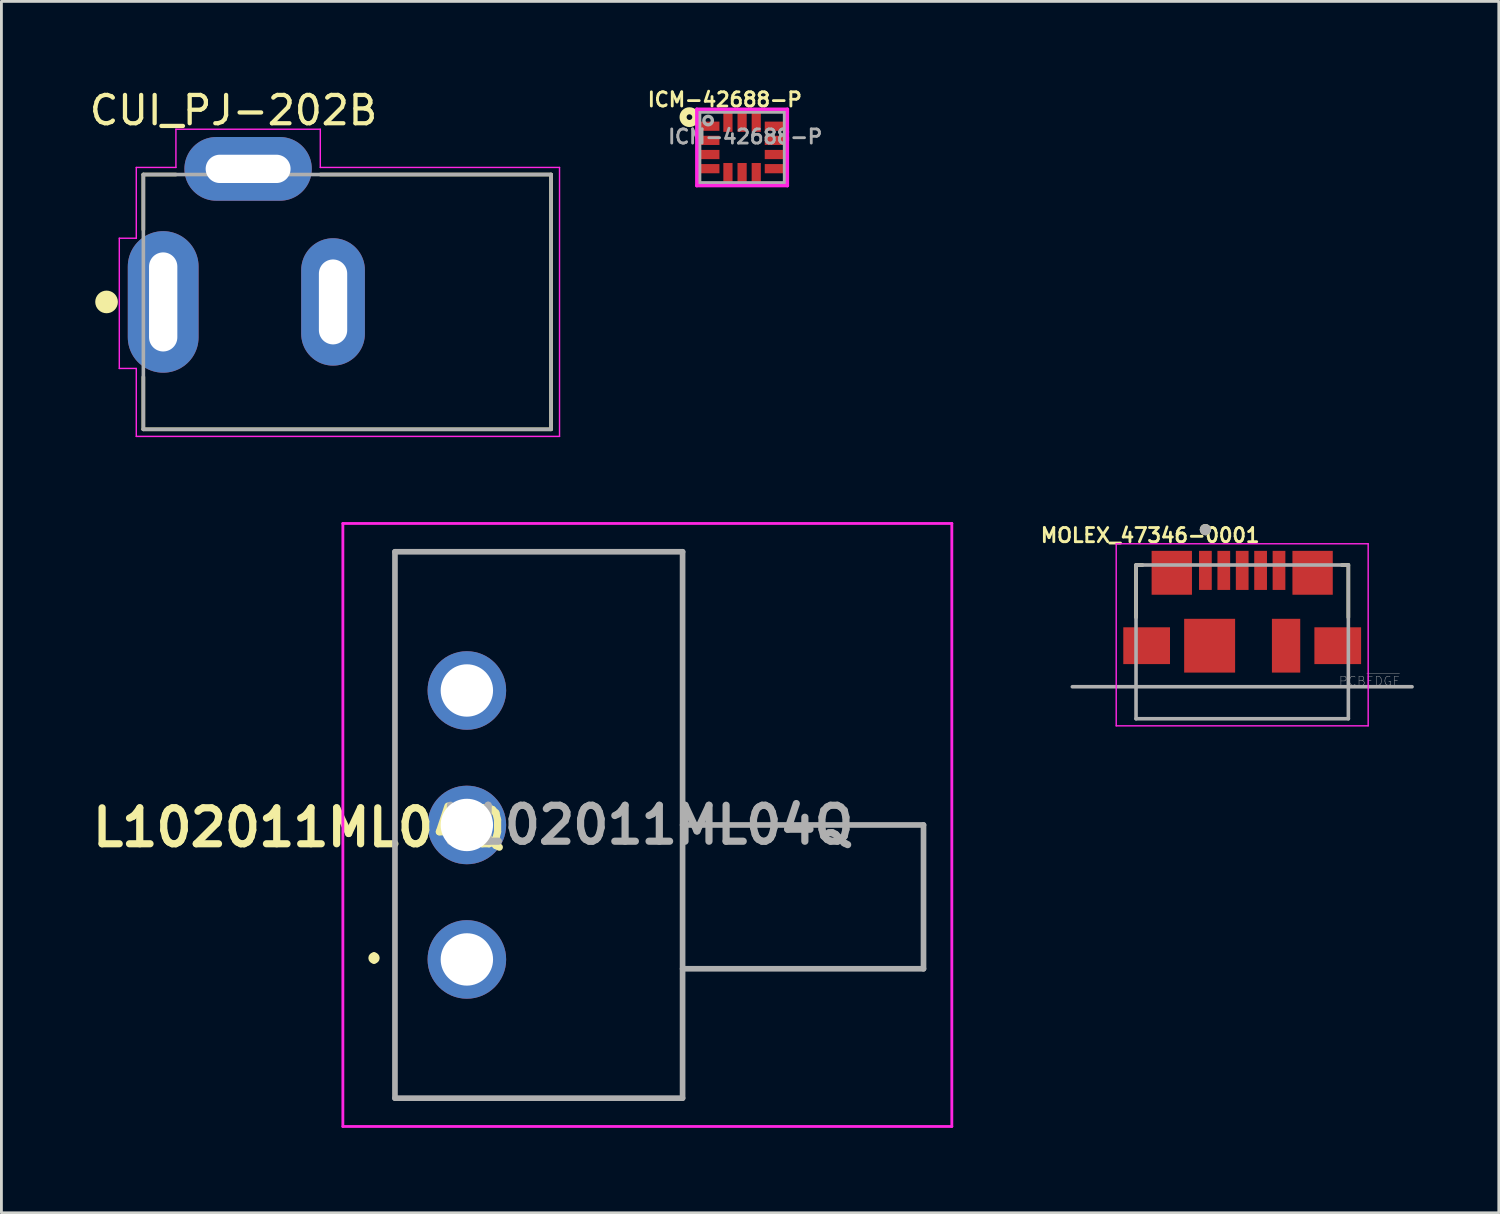
<source format=kicad_pcb>
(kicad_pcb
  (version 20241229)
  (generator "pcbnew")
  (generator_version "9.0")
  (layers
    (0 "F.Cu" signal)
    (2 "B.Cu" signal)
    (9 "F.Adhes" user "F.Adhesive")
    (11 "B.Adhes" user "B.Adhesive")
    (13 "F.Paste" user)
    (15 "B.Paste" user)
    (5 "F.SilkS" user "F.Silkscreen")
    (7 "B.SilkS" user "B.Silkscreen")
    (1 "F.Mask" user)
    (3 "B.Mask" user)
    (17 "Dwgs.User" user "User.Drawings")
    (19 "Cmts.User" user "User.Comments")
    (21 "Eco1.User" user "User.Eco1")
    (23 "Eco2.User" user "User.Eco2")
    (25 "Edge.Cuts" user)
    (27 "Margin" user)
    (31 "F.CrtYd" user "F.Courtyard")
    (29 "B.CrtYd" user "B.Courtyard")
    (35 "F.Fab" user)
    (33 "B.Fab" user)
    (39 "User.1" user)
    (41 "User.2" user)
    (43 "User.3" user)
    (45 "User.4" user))
  (footprint "ICM-42688-P"
    (layer "F.Cu")
    (at 23.163 2.158)
    (property "Reference" "ICM-42688-P" (at -0.61 -1.69 0) (layer "F.SilkS") (effects (font (size 0.5 0.5) (thickness 0.1))))
    (attr smd)
    (fp_circle (center -1.86 -1.07) (end -1.76 -1.07) (stroke (width 0.25) (type solid)) (fill no) (layer "F.SilkS"))
    (fp_line (start -1.6 -1.35) (end 1.6 -1.35) (stroke (width 0.12) (type solid)) (layer "F.CrtYd"))
    (fp_line (start -1.6 1.35) (end -1.6 -1.35) (stroke (width 0.12) (type solid)) (layer "F.CrtYd"))
    (fp_line (start 1.6 -1.35) (end 1.6 1.35) (stroke (width 0.12) (type solid)) (layer "F.CrtYd"))
    (fp_line (start 1.6 1.35) (end -1.6 1.35) (stroke (width 0.12) (type solid)) (layer "F.CrtYd"))
    (fp_line (start -1.5 -1.25) (end 1.5 -1.25) (stroke (width 0.12) (type solid)) (layer "F.Fab"))
    (fp_line (start -1.5 1.25) (end -1.5 -1.25) (stroke (width 0.12) (type solid)) (layer "F.Fab"))
    (fp_line (start 1.5 -1.25) (end 1.5 1.25) (stroke (width 0.12) (type solid)) (layer "F.Fab"))
    (fp_line (start 1.5 1.25) (end -1.5 1.25) (stroke (width 0.12) (type solid)) (layer "F.Fab"))
    (fp_circle (center -1.2 -0.95) (end -1.051 -0.95) (stroke (width 0.12) (type solid)) (fill no) (layer "F.Fab"))
    (fp_text user "${REFERENCE}" (at 0.11 -0.38 0) (layer "F.Fab") (effects (font (size 0.5 0.5) (thickness 0.1))))
    (pad "1" smd rect (at -1.2 -0.75) (size 0.8 0.325) (layers "F.Cu" "F.Mask" "F.Paste"))
    (pad "2" smd rect (at -1.2 -0.25) (size 0.8 0.325) (layers "F.Cu" "F.Mask" "F.Paste"))
    (pad "3" smd rect (at -1.2 0.25) (size 0.8 0.325) (layers "F.Cu" "F.Mask" "F.Paste"))
    (pad "4" smd rect (at -1.2 0.75) (size 0.8 0.325) (layers "F.Cu" "F.Mask" "F.Paste"))
    (pad "5" smd rect (at -0.5 0.95 90) (size 0.8 0.325) (layers "F.Cu" "F.Mask" "F.Paste"))
    (pad "6" smd rect (at 0 0.95 90) (size 0.8 0.325) (layers "F.Cu" "F.Mask" "F.Paste"))
    (pad "7" smd rect (at 0.5 0.95 90) (size 0.8 0.325) (layers "F.Cu" "F.Mask" "F.Paste"))
    (pad "8" smd rect (at 1.2 0.75 180) (size 0.8 0.325) (layers "F.Cu" "F.Mask" "F.Paste"))
    (pad "9" smd rect (at 1.2 0.25 180) (size 0.8 0.325) (layers "F.Cu" "F.Mask" "F.Paste"))
    (pad "10" smd rect (at 1.2 -0.25 180) (size 0.8 0.325) (layers "F.Cu" "F.Mask" "F.Paste"))
    (pad "11" smd rect (at 1.2 -0.75 180) (size 0.8 0.325) (layers "F.Cu" "F.Mask" "F.Paste"))
    (pad "12" smd rect (at 0.5 -0.95 270) (size 0.8 0.325) (layers "F.Cu" "F.Mask" "F.Paste"))
    (pad "13" smd rect (at 0 -0.95 270) (size 0.8 0.325) (layers "F.Cu" "F.Mask" "F.Paste"))
    (pad "14" smd rect (at -0.5 -0.95 270) (size 0.8 0.325) (layers "F.Cu" "F.Mask" "F.Paste")))
  (footprint "CUI_PJ-202B"
    (layer "F.Cu")
    (at 9.214 7.615)
    (property "Reference" "CUI_PJ-202B" (at -4.016 -6.767 0) (layer "F.SilkS") (effects (font (size 1 1) (thickness 0.15))))
    (attr through_hole)
    (fp_line (start -7.2 -4.5) (end -6.05 -4.5) (stroke (width 0.127) (type solid)) (layer "F.SilkS"))
    (fp_line (start -7.2 -2.55) (end -7.2 -4.5) (stroke (width 0.127) (type solid)) (layer "F.SilkS"))
    (fp_line (start -7.2 4.5) (end -7.2 2.65) (stroke (width 0.127) (type solid)) (layer "F.SilkS"))
    (fp_line (start -0.95 -4.5) (end 7.2 -4.5) (stroke (width 0.127) (type solid)) (layer "F.SilkS"))
    (fp_line (start 7.2 -4.5) (end 7.2 4.5) (stroke (width 0.127) (type solid)) (layer "F.SilkS"))
    (fp_line (start 7.2 4.5) (end -7.2 4.5) (stroke (width 0.127) (type solid)) (layer "F.SilkS"))
    (fp_circle (center -8.5 0) (end -8.3 0) (stroke (width 0.4) (type solid)) (fill no) (layer "F.SilkS"))
    (fp_line (start -8.05 -2.25) (end -8.05 2.35) (stroke (width 0.05) (type solid)) (layer "F.CrtYd"))
    (fp_line (start -8.05 2.35) (end -7.45 2.35) (stroke (width 0.05) (type solid)) (layer "F.CrtYd"))
    (fp_line (start -7.45 -4.75) (end -6.05 -4.75) (stroke (width 0.05) (type solid)) (layer "F.CrtYd"))
    (fp_line (start -7.45 -2.25) (end -8.05 -2.25) (stroke (width 0.05) (type solid)) (layer "F.CrtYd"))
    (fp_line (start -7.45 -2.25) (end -7.45 -4.75) (stroke (width 0.05) (type solid)) (layer "F.CrtYd"))
    (fp_line (start -7.45 4.75) (end -7.45 2.35) (stroke (width 0.05) (type solid)) (layer "F.CrtYd"))
    (fp_line (start -6.05 -6.1) (end -0.95 -6.1) (stroke (width 0.05) (type solid)) (layer "F.CrtYd"))
    (fp_line (start -6.05 -4.75) (end -6.05 -6.1) (stroke (width 0.05) (type solid)) (layer "F.CrtYd"))
    (fp_line (start -0.95 -6.1) (end -0.95 -4.75) (stroke (width 0.05) (type solid)) (layer "F.CrtYd"))
    (fp_line (start -0.95 -4.75) (end 7.5 -4.75) (stroke (width 0.05) (type solid)) (layer "F.CrtYd"))
    (fp_line (start 7.5 -4.75) (end 7.5 4.75) (stroke (width 0.05) (type solid)) (layer "F.CrtYd"))
    (fp_line (start 7.5 4.75) (end -7.45 4.75) (stroke (width 0.05) (type solid)) (layer "F.CrtYd"))
    (fp_line (start -7.2 -4.5) (end 7.2 -4.5) (stroke (width 0.127) (type solid)) (layer "F.Fab"))
    (fp_line (start -7.2 4.5) (end -7.2 -4.5) (stroke (width 0.127) (type solid)) (layer "F.Fab"))
    (fp_line (start 7.2 -4.5) (end 7.2 4.5) (stroke (width 0.127) (type solid)) (layer "F.Fab"))
    (fp_line (start 7.2 4.5) (end -7.2 4.5) (stroke (width 0.127) (type solid)) (layer "F.Fab"))
    (pad "1" thru_hole oval (at -6.5 0) (size 2.5 5) (drill oval 1 3.5) (layers "*.Cu" "*.Mask"))
    (pad "2" thru_hole oval (at -0.5 0) (size 2.25 4.5) (drill oval 1 3) (layers "*.Cu" "*.Mask"))
    (pad "3" thru_hole oval (at -3.5 -4.7) (size 4.5 2.25) (drill oval 3 1) (layers "*.Cu" "*.Mask")))
  (footprint "MOLEX_47346-0001"
    (layer "F.Cu")
    (at 40.828 19.758)
    (property "Reference" "MOLEX_47346-0001" (at -3.25 -3.9 0) (layer "F.SilkS") (effects (font (size 0.5 0.5) (thickness 0.1))))
    (attr through_hole)
    (fp_line (start -3.75 -2.85) (end -3.75 -1) (stroke (width 0.127) (type solid)) (layer "F.SilkS"))
    (fp_line (start -3.75 -2.85) (end -3.52 -2.85) (stroke (width 0.127) (type solid)) (layer "F.SilkS"))
    (fp_line (start 3.75 -2.85) (end 3.52 -2.85) (stroke (width 0.127) (type solid)) (layer "F.SilkS"))
    (fp_line (start 3.75 -2.85) (end 3.75 -1) (stroke (width 0.127) (type solid)) (layer "F.SilkS"))
    (fp_circle (center -1.3 -4.1) (end -1.2 -4.1) (stroke (width 0.2) (type solid)) (fill no) (layer "F.SilkS"))
    (fp_line (start -4.45 -3.6) (end 4.45 -3.6) (stroke (width 0.05) (type solid)) (layer "F.CrtYd"))
    (fp_line (start -4.45 2.83) (end -4.45 -3.6) (stroke (width 0.05) (type solid)) (layer "F.CrtYd"))
    (fp_line (start 4.45 -3.6) (end 4.45 2.83) (stroke (width 0.05) (type solid)) (layer "F.CrtYd"))
    (fp_line (start 4.45 2.83) (end -4.45 2.83) (stroke (width 0.05) (type solid)) (layer "F.CrtYd"))
    (fp_line (start -6 1.45) (end 6 1.45) (stroke (width 0.127) (type solid)) (layer "F.Fab"))
    (fp_line (start -3.75 -2.85) (end 3.75 -2.85) (stroke (width 0.127) (type solid)) (layer "F.Fab"))
    (fp_line (start -3.75 2.58) (end -3.75 -2.85) (stroke (width 0.127) (type solid)) (layer "F.Fab"))
    (fp_line (start 3.75 -2.85) (end 3.75 2.58) (stroke (width 0.127) (type solid)) (layer "F.Fab"))
    (fp_line (start 3.75 2.58) (end -3.75 2.58) (stroke (width 0.127) (type solid)) (layer "F.Fab"))
    (fp_circle (center -1.3 -4.1) (end -1.2 -4.1) (stroke (width 0.2) (type solid)) (fill no) (layer "F.Fab"))
    (fp_text user "PCB~{EDGE}" (at 4.5 1.25 0) (layer "F.Fab") (effects (font (size 0.32 0.32) (thickness 0.015))))
    (pad "1" smd rect (at -1.3 -2.66) (size 0.45 1.38) (layers "F.Cu" "F.Mask" "F.Paste"))
    (pad "2" smd rect (at -0.65 -2.66) (size 0.45 1.38) (layers "F.Cu" "F.Mask" "F.Paste"))
    (pad "3" smd rect (at 0 -2.66) (size 0.45 1.38) (layers "F.Cu" "F.Mask" "F.Paste"))
    (pad "4" smd rect (at 0.65 -2.66) (size 0.45 1.38) (layers "F.Cu" "F.Mask" "F.Paste"))
    (pad "5" smd rect (at 1.3 -2.66) (size 0.45 1.38) (layers "F.Cu" "F.Mask" "F.Paste"))
    (pad "S1" smd rect (at -2.487 -2.575) (size 1.425 1.55) (layers "F.Cu" "F.Mask" "F.Paste"))
    (pad "S2" smd rect (at 2.487 -2.575) (size 1.425 1.55) (layers "F.Cu" "F.Mask" "F.Paste"))
    (pad "S3" smd rect (at -3.375 0) (size 1.65 1.3) (layers "F.Cu" "F.Mask" "F.Paste"))
    (pad "S4" smd rect (at -1.15 0) (size 1.8 1.9) (layers "F.Cu" "F.Mask" "F.Paste"))
    (pad "S5" smd rect (at 1.55 0) (size 1 1.9) (layers "F.Cu" "F.Mask" "F.Paste"))
    (pad "S6" smd rect (at 3.375 0) (size 1.65 1.3) (layers "F.Cu" "F.Mask" "F.Paste")))
  (footprint "L102011ML04Q"
    (layer "F.Cu")
    (at 21.061 26.09)
    (property "Reference" "L102011ML04Q" (at -13.55 0.09 0) (layer "F.SilkS") (effects (font (size 1.27 1.27) (thickness 0.254))))
    (attr through_hole)
    (fp_line (start -10.9 4.6) (end -10.9 4.6) (stroke (width 0.2) (type solid)) (layer "F.SilkS"))
    (fp_line (start -10.9 4.8) (end -10.9 4.8) (stroke (width 0.2) (type solid)) (layer "F.SilkS"))
    (fp_line (start -10.16 -9.65) (end 0 -9.65) (stroke (width 0.1) (type solid)) (layer "F.SilkS"))
    (fp_line (start -10.16 9.65) (end -10.16 -9.65) (stroke (width 0.1) (type solid)) (layer "F.SilkS"))
    (fp_line (start 0 -9.65) (end 0 9.65) (stroke (width 0.1) (type solid)) (layer "F.SilkS"))
    (fp_line (start 0 0) (end 7.62 0) (stroke (width 0.1) (type solid)) (layer "F.SilkS"))
    (fp_line (start 0 9.65) (end -10.16 9.65) (stroke (width 0.1) (type solid)) (layer "F.SilkS"))
    (fp_line (start 7.62 0) (end 8.51 0) (stroke (width 0.1) (type solid)) (layer "F.SilkS"))
    (fp_line (start 8.51 0) (end 8.51 5.08) (stroke (width 0.1) (type solid)) (layer "F.SilkS"))
    (fp_line (start 8.51 5.08) (end 0 5.08) (stroke (width 0.1) (type solid)) (layer "F.SilkS"))
    (fp_arc (start -10.9 4.6) (mid -10.8 4.7) (end -10.9 4.8) (stroke (width 0.2) (type solid)) (layer "F.SilkS"))
    (fp_arc (start -10.9 4.8) (mid -11 4.7) (end -10.9 4.6) (stroke (width 0.2) (type solid)) (layer "F.SilkS"))
    (fp_line (start -12 -10.65) (end 9.51 -10.65) (stroke (width 0.1) (type solid)) (layer "F.CrtYd"))
    (fp_line (start -12 10.65) (end -12 -10.65) (stroke (width 0.1) (type solid)) (layer "F.CrtYd"))
    (fp_line (start 9.51 -10.65) (end 9.51 10.65) (stroke (width 0.1) (type solid)) (layer "F.CrtYd"))
    (fp_line (start 9.51 10.65) (end -12 10.65) (stroke (width 0.1) (type solid)) (layer "F.CrtYd"))
    (fp_line (start -10.16 -9.65) (end 0 -9.65) (stroke (width 0.2) (type solid)) (layer "F.Fab"))
    (fp_line (start -10.16 9.65) (end -10.16 -9.65) (stroke (width 0.2) (type solid)) (layer "F.Fab"))
    (fp_line (start 0 -9.65) (end 0 9.65) (stroke (width 0.2) (type solid)) (layer "F.Fab"))
    (fp_line (start 0 0) (end 8.51 0) (stroke (width 0.2) (type solid)) (layer "F.Fab"))
    (fp_line (start 0 9.65) (end -10.16 9.65) (stroke (width 0.2) (type solid)) (layer "F.Fab"))
    (fp_line (start 8.51 0) (end 8.51 5.08) (stroke (width 0.2) (type solid)) (layer "F.Fab"))
    (fp_line (start 8.51 5.08) (end 0 5.08) (stroke (width 0.2) (type solid)) (layer "F.Fab"))
    (fp_text user "${REFERENCE}" (at -1.245 0 0) (layer "F.Fab") (effects (font (size 1.27 1.27) (thickness 0.254))))
    (pad "1" thru_hole circle (at -7.62 4.75) (size 2.775 2.775) (drill 1.85) (layers "*.Cu" "*.Mask"))
    (pad "2" thru_hole circle (at -7.62 0) (size 2.775 2.775) (drill 1.85) (layers "*.Cu" "*.Mask"))
    (pad "3" thru_hole circle (at -7.62 -4.75) (size 2.775 2.775) (drill 1.85) (layers "*.Cu" "*.Mask")))
  (gr_rect
    (start -3 -3)
    (end 49.892 39.79)
    (stroke (width 0.1) (type default))
    (fill no)
    (layer "Edge.Cuts")))
</source>
